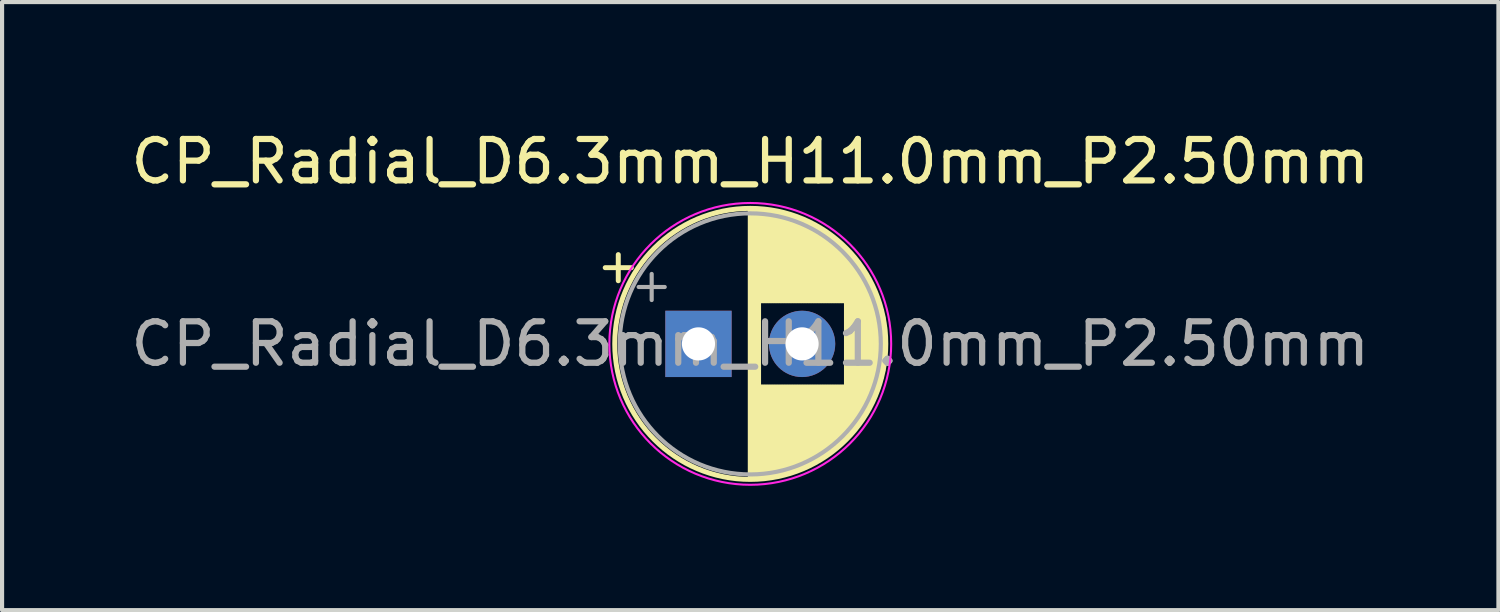
<source format=kicad_pcb>
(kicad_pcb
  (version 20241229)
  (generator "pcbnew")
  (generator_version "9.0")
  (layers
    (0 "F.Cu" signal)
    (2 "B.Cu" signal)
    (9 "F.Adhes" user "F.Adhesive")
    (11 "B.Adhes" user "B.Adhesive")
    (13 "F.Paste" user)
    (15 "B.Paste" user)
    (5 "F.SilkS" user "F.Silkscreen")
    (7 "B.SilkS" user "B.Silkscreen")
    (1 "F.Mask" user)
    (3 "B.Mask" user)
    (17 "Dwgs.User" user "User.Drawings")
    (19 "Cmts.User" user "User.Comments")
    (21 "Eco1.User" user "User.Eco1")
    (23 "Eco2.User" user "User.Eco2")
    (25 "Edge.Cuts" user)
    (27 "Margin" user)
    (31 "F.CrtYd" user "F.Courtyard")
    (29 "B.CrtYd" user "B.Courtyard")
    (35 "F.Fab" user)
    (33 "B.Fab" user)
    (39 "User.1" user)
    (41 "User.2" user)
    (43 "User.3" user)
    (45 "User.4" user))
  (footprint "CP_Radial_D6.3mm_H11.0mm_P2.50mm"
    (layer "F.Cu")
    (at 13.804 5.248)
    (property "Reference" "CP_Radial_D6.3mm_H11.0mm_P2.50mm" (at 1.25 -4.4 180) (layer "F.SilkS") (effects (font (size 1 1) (thickness 0.15))))
    (attr through_hole)
    (fp_line (start -2.25 -1.839) (end -1.62 -1.839) (stroke (width 0.12) (type solid)) (layer "F.SilkS"))
    (fp_line (start -1.935 -2.154) (end -1.935 -1.524) (stroke (width 0.12) (type solid)) (layer "F.SilkS"))
    (fp_line (start 1.25 -3.23) (end 1.25 3.23) (stroke (width 0.12) (type solid)) (layer "F.SilkS"))
    (fp_line (start 1.29 -3.23) (end 1.29 3.23) (stroke (width 0.12) (type solid)) (layer "F.SilkS"))
    (fp_line (start 1.33 -3.23) (end 1.33 3.23) (stroke (width 0.12) (type solid)) (layer "F.SilkS"))
    (fp_line (start 1.37 -3.228) (end 1.37 3.228) (stroke (width 0.12) (type solid)) (layer "F.SilkS"))
    (fp_line (start 1.41 -3.227) (end 1.41 3.227) (stroke (width 0.12) (type solid)) (layer "F.SilkS"))
    (fp_line (start 1.45 -3.224) (end 1.45 3.224) (stroke (width 0.12) (type solid)) (layer "F.SilkS"))
    (fp_line (start 1.49 -3.222) (end 1.49 -1.04) (stroke (width 0.12) (type solid)) (layer "F.SilkS"))
    (fp_line (start 1.49 1.04) (end 1.49 3.222) (stroke (width 0.12) (type solid)) (layer "F.SilkS"))
    (fp_line (start 1.53 1.04) (end 1.53 3.218) (stroke (width 0.12) (type solid)) (layer "F.SilkS"))
    (fp_line (start 1.53 -3.218) (end 1.53 -1.04) (stroke (width 0.12) (type solid)) (layer "F.SilkS"))
    (fp_line (start 1.57 -3.215) (end 1.57 -1.04) (stroke (width 0.12) (type solid)) (layer "F.SilkS"))
    (fp_line (start 1.57 1.04) (end 1.57 3.215) (stroke (width 0.12) (type solid)) (layer "F.SilkS"))
    (fp_line (start 1.61 -3.211) (end 1.61 -1.04) (stroke (width 0.12) (type solid)) (layer "F.SilkS"))
    (fp_line (start 1.61 1.04) (end 1.61 3.211) (stroke (width 0.12) (type solid)) (layer "F.SilkS"))
    (fp_line (start 1.65 -3.206) (end 1.65 -1.04) (stroke (width 0.12) (type solid)) (layer "F.SilkS"))
    (fp_line (start 1.65 1.04) (end 1.65 3.206) (stroke (width 0.12) (type solid)) (layer "F.SilkS"))
    (fp_line (start 1.69 -3.201) (end 1.69 -1.04) (stroke (width 0.12) (type solid)) (layer "F.SilkS"))
    (fp_line (start 1.69 1.04) (end 1.69 3.201) (stroke (width 0.12) (type solid)) (layer "F.SilkS"))
    (fp_line (start 1.73 -3.195) (end 1.73 -1.04) (stroke (width 0.12) (type solid)) (layer "F.SilkS"))
    (fp_line (start 1.73 1.04) (end 1.73 3.195) (stroke (width 0.12) (type solid)) (layer "F.SilkS"))
    (fp_line (start 1.77 -3.189) (end 1.77 -1.04) (stroke (width 0.12) (type solid)) (layer "F.SilkS"))
    (fp_line (start 1.77 1.04) (end 1.77 3.189) (stroke (width 0.12) (type solid)) (layer "F.SilkS"))
    (fp_line (start 1.81 -3.182) (end 1.81 -1.04) (stroke (width 0.12) (type solid)) (layer "F.SilkS"))
    (fp_line (start 1.81 1.04) (end 1.81 3.182) (stroke (width 0.12) (type solid)) (layer "F.SilkS"))
    (fp_line (start 1.85 1.04) (end 1.85 3.175) (stroke (width 0.12) (type solid)) (layer "F.SilkS"))
    (fp_line (start 1.85 -3.175) (end 1.85 -1.04) (stroke (width 0.12) (type solid)) (layer "F.SilkS"))
    (fp_line (start 1.89 -3.167) (end 1.89 -1.04) (stroke (width 0.12) (type solid)) (layer "F.SilkS"))
    (fp_line (start 1.89 1.04) (end 1.89 3.167) (stroke (width 0.12) (type solid)) (layer "F.SilkS"))
    (fp_line (start 1.93 -3.159) (end 1.93 -1.04) (stroke (width 0.12) (type solid)) (layer "F.SilkS"))
    (fp_line (start 1.93 1.04) (end 1.93 3.159) (stroke (width 0.12) (type solid)) (layer "F.SilkS"))
    (fp_line (start 1.971 -3.15) (end 1.971 -1.04) (stroke (width 0.12) (type solid)) (layer "F.SilkS"))
    (fp_line (start 1.971 1.04) (end 1.971 3.15) (stroke (width 0.12) (type solid)) (layer "F.SilkS"))
    (fp_line (start 2.011 -3.141) (end 2.011 -1.04) (stroke (width 0.12) (type solid)) (layer "F.SilkS"))
    (fp_line (start 2.011 1.04) (end 2.011 3.141) (stroke (width 0.12) (type solid)) (layer "F.SilkS"))
    (fp_line (start 2.051 -3.131) (end 2.051 -1.04) (stroke (width 0.12) (type solid)) (layer "F.SilkS"))
    (fp_line (start 2.051 1.04) (end 2.051 3.131) (stroke (width 0.12) (type solid)) (layer "F.SilkS"))
    (fp_line (start 2.091 -3.121) (end 2.091 -1.04) (stroke (width 0.12) (type solid)) (layer "F.SilkS"))
    (fp_line (start 2.091 1.04) (end 2.091 3.121) (stroke (width 0.12) (type solid)) (layer "F.SilkS"))
    (fp_line (start 2.131 -3.11) (end 2.131 -1.04) (stroke (width 0.12) (type solid)) (layer "F.SilkS"))
    (fp_line (start 2.131 1.04) (end 2.131 3.11) (stroke (width 0.12) (type solid)) (layer "F.SilkS"))
    (fp_line (start 2.171 -3.098) (end 2.171 -1.04) (stroke (width 0.12) (type solid)) (layer "F.SilkS"))
    (fp_line (start 2.171 1.04) (end 2.171 3.098) (stroke (width 0.12) (type solid)) (layer "F.SilkS"))
    (fp_line (start 2.211 1.04) (end 2.211 3.086) (stroke (width 0.12) (type solid)) (layer "F.SilkS"))
    (fp_line (start 2.211 -3.086) (end 2.211 -1.04) (stroke (width 0.12) (type solid)) (layer "F.SilkS"))
    (fp_line (start 2.251 1.04) (end 2.251 3.074) (stroke (width 0.12) (type solid)) (layer "F.SilkS"))
    (fp_line (start 2.251 -3.074) (end 2.251 -1.04) (stroke (width 0.12) (type solid)) (layer "F.SilkS"))
    (fp_line (start 2.291 -3.061) (end 2.291 -1.04) (stroke (width 0.12) (type solid)) (layer "F.SilkS"))
    (fp_line (start 2.291 1.04) (end 2.291 3.061) (stroke (width 0.12) (type solid)) (layer "F.SilkS"))
    (fp_line (start 2.331 -3.047) (end 2.331 -1.04) (stroke (width 0.12) (type solid)) (layer "F.SilkS"))
    (fp_line (start 2.331 1.04) (end 2.331 3.047) (stroke (width 0.12) (type solid)) (layer "F.SilkS"))
    (fp_line (start 2.371 -3.033) (end 2.371 -1.04) (stroke (width 0.12) (type solid)) (layer "F.SilkS"))
    (fp_line (start 2.371 1.04) (end 2.371 3.033) (stroke (width 0.12) (type solid)) (layer "F.SilkS"))
    (fp_line (start 2.411 -3.018) (end 2.411 -1.04) (stroke (width 0.12) (type solid)) (layer "F.SilkS"))
    (fp_line (start 2.411 1.04) (end 2.411 3.018) (stroke (width 0.12) (type solid)) (layer "F.SilkS"))
    (fp_line (start 2.451 -3.002) (end 2.451 -1.04) (stroke (width 0.12) (type solid)) (layer "F.SilkS"))
    (fp_line (start 2.451 1.04) (end 2.451 3.002) (stroke (width 0.12) (type solid)) (layer "F.SilkS"))
    (fp_line (start 2.491 -2.986) (end 2.491 -1.04) (stroke (width 0.12) (type solid)) (layer "F.SilkS"))
    (fp_line (start 2.491 1.04) (end 2.491 2.986) (stroke (width 0.12) (type solid)) (layer "F.SilkS"))
    (fp_line (start 2.531 -2.97) (end 2.531 -1.04) (stroke (width 0.12) (type solid)) (layer "F.SilkS"))
    (fp_line (start 2.531 1.04) (end 2.531 2.97) (stroke (width 0.12) (type solid)) (layer "F.SilkS"))
    (fp_line (start 2.571 -2.952) (end 2.571 -1.04) (stroke (width 0.12) (type solid)) (layer "F.SilkS"))
    (fp_line (start 2.571 1.04) (end 2.571 2.952) (stroke (width 0.12) (type solid)) (layer "F.SilkS"))
    (fp_line (start 2.611 -2.934) (end 2.611 -1.04) (stroke (width 0.12) (type solid)) (layer "F.SilkS"))
    (fp_line (start 2.611 1.04) (end 2.611 2.934) (stroke (width 0.12) (type solid)) (layer "F.SilkS"))
    (fp_line (start 2.651 -2.916) (end 2.651 -1.04) (stroke (width 0.12) (type solid)) (layer "F.SilkS"))
    (fp_line (start 2.651 1.04) (end 2.651 2.916) (stroke (width 0.12) (type solid)) (layer "F.SilkS"))
    (fp_line (start 2.691 -2.896) (end 2.691 -1.04) (stroke (width 0.12) (type solid)) (layer "F.SilkS"))
    (fp_line (start 2.691 1.04) (end 2.691 2.896) (stroke (width 0.12) (type solid)) (layer "F.SilkS"))
    (fp_line (start 2.731 -2.876) (end 2.731 -1.04) (stroke (width 0.12) (type solid)) (layer "F.SilkS"))
    (fp_line (start 2.731 1.04) (end 2.731 2.876) (stroke (width 0.12) (type solid)) (layer "F.SilkS"))
    (fp_line (start 2.771 -2.856) (end 2.771 -1.04) (stroke (width 0.12) (type solid)) (layer "F.SilkS"))
    (fp_line (start 2.771 1.04) (end 2.771 2.856) (stroke (width 0.12) (type solid)) (layer "F.SilkS"))
    (fp_line (start 2.811 -2.834) (end 2.811 -1.04) (stroke (width 0.12) (type solid)) (layer "F.SilkS"))
    (fp_line (start 2.811 1.04) (end 2.811 2.834) (stroke (width 0.12) (type solid)) (layer "F.SilkS"))
    (fp_line (start 2.851 1.04) (end 2.851 2.812) (stroke (width 0.12) (type solid)) (layer "F.SilkS"))
    (fp_line (start 2.851 -2.812) (end 2.851 -1.04) (stroke (width 0.12) (type solid)) (layer "F.SilkS"))
    (fp_line (start 2.891 -2.79) (end 2.891 -1.04) (stroke (width 0.12) (type solid)) (layer "F.SilkS"))
    (fp_line (start 2.891 1.04) (end 2.891 2.79) (stroke (width 0.12) (type solid)) (layer "F.SilkS"))
    (fp_line (start 2.931 -2.766) (end 2.931 -1.04) (stroke (width 0.12) (type solid)) (layer "F.SilkS"))
    (fp_line (start 2.931 1.04) (end 2.931 2.766) (stroke (width 0.12) (type solid)) (layer "F.SilkS"))
    (fp_line (start 2.971 -2.742) (end 2.971 -1.04) (stroke (width 0.12) (type solid)) (layer "F.SilkS"))
    (fp_line (start 2.971 1.04) (end 2.971 2.742) (stroke (width 0.12) (type solid)) (layer "F.SilkS"))
    (fp_line (start 3.011 1.04) (end 3.011 2.716) (stroke (width 0.12) (type solid)) (layer "F.SilkS"))
    (fp_line (start 3.011 -2.716) (end 3.011 -1.04) (stroke (width 0.12) (type solid)) (layer "F.SilkS"))
    (fp_line (start 3.051 -2.69) (end 3.051 -1.04) (stroke (width 0.12) (type solid)) (layer "F.SilkS"))
    (fp_line (start 3.051 1.04) (end 3.051 2.69) (stroke (width 0.12) (type solid)) (layer "F.SilkS"))
    (fp_line (start 3.091 1.04) (end 3.091 2.664) (stroke (width 0.12) (type solid)) (layer "F.SilkS"))
    (fp_line (start 3.091 -2.664) (end 3.091 -1.04) (stroke (width 0.12) (type solid)) (layer "F.SilkS"))
    (fp_line (start 3.131 -2.636) (end 3.131 -1.04) (stroke (width 0.12) (type solid)) (layer "F.SilkS"))
    (fp_line (start 3.131 1.04) (end 3.131 2.636) (stroke (width 0.12) (type solid)) (layer "F.SilkS"))
    (fp_line (start 3.171 -2.607) (end 3.171 -1.04) (stroke (width 0.12) (type solid)) (layer "F.SilkS"))
    (fp_line (start 3.171 1.04) (end 3.171 2.607) (stroke (width 0.12) (type solid)) (layer "F.SilkS"))
    (fp_line (start 3.211 -2.578) (end 3.211 -1.04) (stroke (width 0.12) (type solid)) (layer "F.SilkS"))
    (fp_line (start 3.211 1.04) (end 3.211 2.578) (stroke (width 0.12) (type solid)) (layer "F.SilkS"))
    (fp_line (start 3.251 -2.548) (end 3.251 -1.04) (stroke (width 0.12) (type solid)) (layer "F.SilkS"))
    (fp_line (start 3.251 1.04) (end 3.251 2.548) (stroke (width 0.12) (type solid)) (layer "F.SilkS"))
    (fp_line (start 3.291 1.04) (end 3.291 2.516) (stroke (width 0.12) (type solid)) (layer "F.SilkS"))
    (fp_line (start 3.291 -2.516) (end 3.291 -1.04) (stroke (width 0.12) (type solid)) (layer "F.SilkS"))
    (fp_line (start 3.331 -2.484) (end 3.331 -1.04) (stroke (width 0.12) (type solid)) (layer "F.SilkS"))
    (fp_line (start 3.331 1.04) (end 3.331 2.484) (stroke (width 0.12) (type solid)) (layer "F.SilkS"))
    (fp_line (start 3.371 -2.45) (end 3.371 -1.04) (stroke (width 0.12) (type solid)) (layer "F.SilkS"))
    (fp_line (start 3.371 1.04) (end 3.371 2.45) (stroke (width 0.12) (type solid)) (layer "F.SilkS"))
    (fp_line (start 3.411 -2.416) (end 3.411 -1.04) (stroke (width 0.12) (type solid)) (layer "F.SilkS"))
    (fp_line (start 3.411 1.04) (end 3.411 2.416) (stroke (width 0.12) (type solid)) (layer "F.SilkS"))
    (fp_line (start 3.451 -2.38) (end 3.451 -1.04) (stroke (width 0.12) (type solid)) (layer "F.SilkS"))
    (fp_line (start 3.451 1.04) (end 3.451 2.38) (stroke (width 0.12) (type solid)) (layer "F.SilkS"))
    (fp_line (start 3.491 -2.343) (end 3.491 -1.04) (stroke (width 0.12) (type solid)) (layer "F.SilkS"))
    (fp_line (start 3.491 1.04) (end 3.491 2.343) (stroke (width 0.12) (type solid)) (layer "F.SilkS"))
    (fp_line (start 3.531 -2.305) (end 3.531 -1.04) (stroke (width 0.12) (type solid)) (layer "F.SilkS"))
    (fp_line (start 3.531 1.04) (end 3.531 2.305) (stroke (width 0.12) (type solid)) (layer "F.SilkS"))
    (fp_line (start 3.571 -2.265) (end 3.571 2.265) (stroke (width 0.12) (type solid)) (layer "F.SilkS"))
    (fp_line (start 3.611 -2.224) (end 3.611 2.224) (stroke (width 0.12) (type solid)) (layer "F.SilkS"))
    (fp_line (start 3.651 -2.182) (end 3.651 2.182) (stroke (width 0.12) (type solid)) (layer "F.SilkS"))
    (fp_line (start 3.691 -2.137) (end 3.691 2.137) (stroke (width 0.12) (type solid)) (layer "F.SilkS"))
    (fp_line (start 3.731 -2.092) (end 3.731 2.092) (stroke (width 0.12) (type solid)) (layer "F.SilkS"))
    (fp_line (start 3.771 -2.044) (end 3.771 2.044) (stroke (width 0.12) (type solid)) (layer "F.SilkS"))
    (fp_line (start 3.811 -1.995) (end 3.811 1.995) (stroke (width 0.12) (type solid)) (layer "F.SilkS"))
    (fp_line (start 3.851 -1.944) (end 3.851 1.944) (stroke (width 0.12) (type solid)) (layer "F.SilkS"))
    (fp_line (start 3.891 -1.89) (end 3.891 1.89) (stroke (width 0.12) (type solid)) (layer "F.SilkS"))
    (fp_line (start 3.931 -1.834) (end 3.931 1.834) (stroke (width 0.12) (type solid)) (layer "F.SilkS"))
    (fp_line (start 3.971 -1.776) (end 3.971 1.776) (stroke (width 0.12) (type solid)) (layer "F.SilkS"))
    (fp_line (start 4.011 -1.714) (end 4.011 1.714) (stroke (width 0.12) (type solid)) (layer "F.SilkS"))
    (fp_line (start 4.051 -1.65) (end 4.051 1.65) (stroke (width 0.12) (type solid)) (layer "F.SilkS"))
    (fp_line (start 4.091 -1.581) (end 4.091 1.581) (stroke (width 0.12) (type solid)) (layer "F.SilkS"))
    (fp_line (start 4.131 -1.509) (end 4.131 1.509) (stroke (width 0.12) (type solid)) (layer "F.SilkS"))
    (fp_line (start 4.171 -1.432) (end 4.171 1.432) (stroke (width 0.12) (type solid)) (layer "F.SilkS"))
    (fp_line (start 4.211 -1.35) (end 4.211 1.35) (stroke (width 0.12) (type solid)) (layer "F.SilkS"))
    (fp_line (start 4.251 -1.262) (end 4.251 1.262) (stroke (width 0.12) (type solid)) (layer "F.SilkS"))
    (fp_line (start 4.291 -1.165) (end 4.291 1.165) (stroke (width 0.12) (type solid)) (layer "F.SilkS"))
    (fp_line (start 4.331 -1.059) (end 4.331 1.059) (stroke (width 0.12) (type solid)) (layer "F.SilkS"))
    (fp_line (start 4.371 -0.94) (end 4.371 0.94) (stroke (width 0.12) (type solid)) (layer "F.SilkS"))
    (fp_line (start 4.411 -0.802) (end 4.411 0.802) (stroke (width 0.12) (type solid)) (layer "F.SilkS"))
    (fp_line (start 4.451 -0.633) (end 4.451 0.633) (stroke (width 0.12) (type solid)) (layer "F.SilkS"))
    (fp_line (start 4.491 -0.402) (end 4.491 0.402) (stroke (width 0.12) (type solid)) (layer "F.SilkS"))
    (fp_circle (center 1.25 0) (end 4.52 0) (stroke (width 0.12) (type solid)) (fill no) (layer "F.SilkS"))
    (fp_circle (center 1.25 0) (end 4.65 0) (stroke (width 0.05) (type solid)) (fill no) (layer "F.CrtYd"))
    (fp_line (start -1.444 -1.373) (end -0.814 -1.373) (stroke (width 0.1) (type solid)) (layer "F.Fab"))
    (fp_line (start -1.129 -1.688) (end -1.129 -1.058) (stroke (width 0.1) (type solid)) (layer "F.Fab"))
    (fp_circle (center 1.25 0) (end 4.4 0) (stroke (width 0.1) (type solid)) (fill no) (layer "F.Fab"))
    (fp_text user "${REFERENCE}" (at 1.25 0 180) (layer "F.Fab") (effects (font (size 1 1) (thickness 0.15))))
    (pad "1" thru_hole rect (at 0 0) (size 1.6 1.6) (drill 0.8) (layers "*.Cu" "*.Mask"))
    (pad "2" thru_hole circle (at 2.5 0) (size 1.6 1.6) (drill 0.8) (layers "*.Cu" "*.Mask")))
  (gr_rect
    (start -3 -3)
    (end 33.107 11.673)
    (stroke (width 0.1) (type default))
    (fill no)
    (layer "Edge.Cuts")))
</source>
